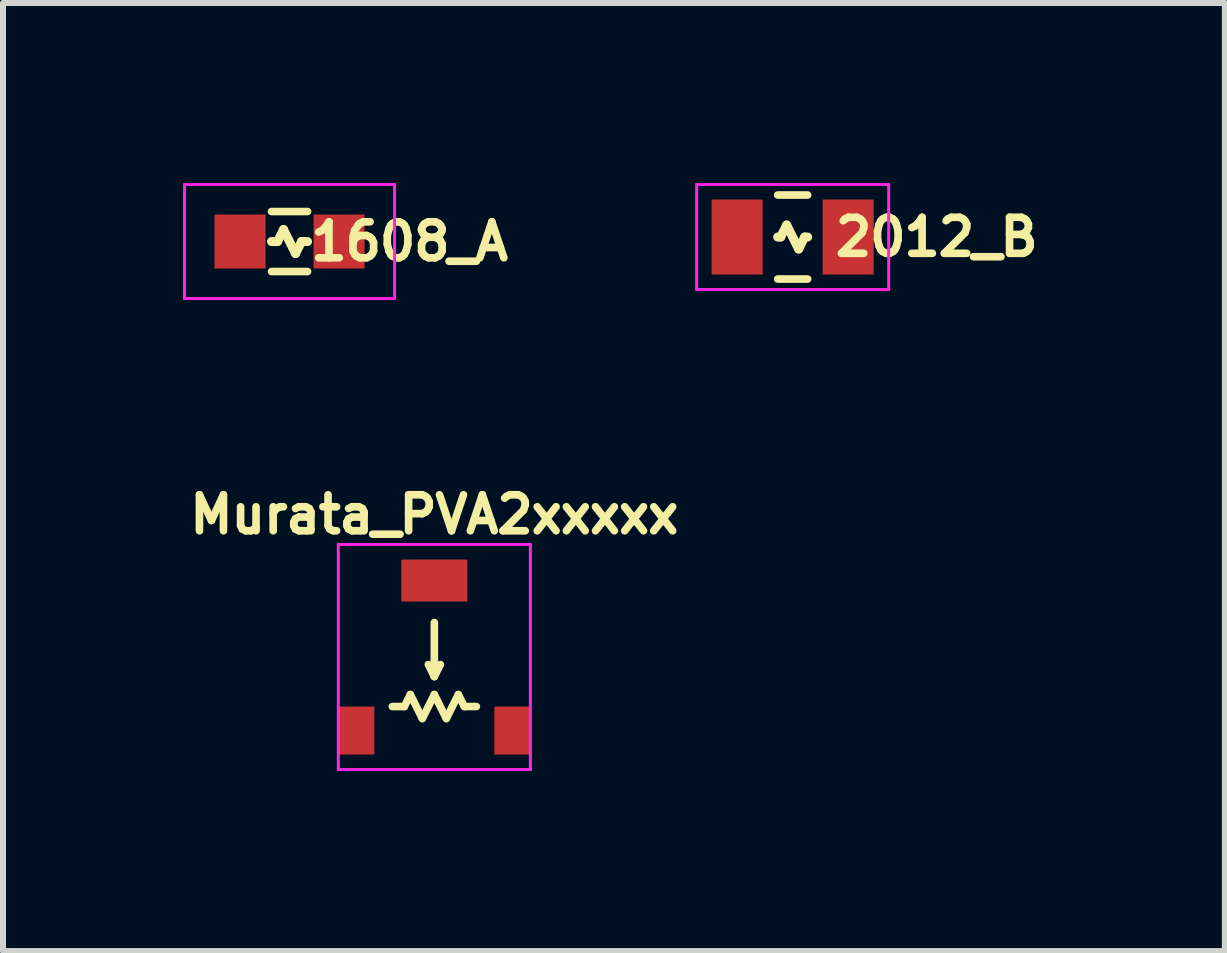
<source format=kicad_pcb>
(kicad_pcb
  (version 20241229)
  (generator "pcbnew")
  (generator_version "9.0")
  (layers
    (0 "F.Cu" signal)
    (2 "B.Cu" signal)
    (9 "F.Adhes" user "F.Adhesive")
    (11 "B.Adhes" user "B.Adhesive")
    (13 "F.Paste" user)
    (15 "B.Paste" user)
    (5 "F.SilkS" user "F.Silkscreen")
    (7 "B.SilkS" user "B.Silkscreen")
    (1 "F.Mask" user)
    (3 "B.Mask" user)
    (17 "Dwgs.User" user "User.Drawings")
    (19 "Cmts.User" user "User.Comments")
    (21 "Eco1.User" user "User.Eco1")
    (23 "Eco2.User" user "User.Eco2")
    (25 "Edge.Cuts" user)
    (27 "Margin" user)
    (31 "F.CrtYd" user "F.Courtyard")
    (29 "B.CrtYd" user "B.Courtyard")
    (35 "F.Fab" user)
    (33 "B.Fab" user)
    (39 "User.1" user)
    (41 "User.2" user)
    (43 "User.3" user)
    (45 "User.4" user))
  (footprint "Murata_PVA2xxxxx"
    (layer "F.Cu")
    (at 4.188 7.824)
    (property "Reference" "Murata_PVA2xxxxx" (at 0 -2.3 0) (layer "F.SilkS") (effects (font (size 0.6 0.6) (thickness 0.127))))
    (attr smd)
    (fp_line (start -0.7 0.9) (end -0.5 0.9) (stroke (width 0.127) (type solid)) (layer "F.SilkS"))
    (fp_line (start -0.5 0.9) (end -0.4 0.7) (stroke (width 0.127) (type solid)) (layer "F.SilkS"))
    (fp_line (start -0.4 0.7) (end -0.2 1.1) (stroke (width 0.127) (type solid)) (layer "F.SilkS"))
    (fp_line (start -0.2 1.1) (end 0 0.7) (stroke (width 0.127) (type solid)) (layer "F.SilkS"))
    (fp_line (start 0 -0.5) (end 0 0.4) (stroke (width 0.127) (type solid)) (layer "F.SilkS"))
    (fp_line (start 0 0.4) (end -0.1 0.2) (stroke (width 0.127) (type solid)) (layer "F.SilkS"))
    (fp_line (start 0 0.4) (end 0.1 0.2) (stroke (width 0.127) (type solid)) (layer "F.SilkS"))
    (fp_line (start 0 0.7) (end 0.2 1.1) (stroke (width 0.127) (type solid)) (layer "F.SilkS"))
    (fp_line (start 0.2 1.1) (end 0.4 0.7) (stroke (width 0.127) (type solid)) (layer "F.SilkS"))
    (fp_line (start 0.4 0.7) (end 0.5 0.9) (stroke (width 0.127) (type solid)) (layer "F.SilkS"))
    (fp_line (start 0.5 0.9) (end 0.7 0.9) (stroke (width 0.127) (type solid)) (layer "F.SilkS"))
    (fp_line (start -1.6 -1.8) (end 1.6 -1.8) (stroke (width 0.05) (type solid)) (layer "F.CrtYd"))
    (fp_line (start -1.6 1.95) (end -1.6 -1.8) (stroke (width 0.05) (type solid)) (layer "F.CrtYd"))
    (fp_line (start 1.6 -1.8) (end 1.6 1.95) (stroke (width 0.05) (type solid)) (layer "F.CrtYd"))
    (fp_line (start 1.6 1.95) (end -1.6 1.95) (stroke (width 0.05) (type solid)) (layer "F.CrtYd"))
    (pad "1" smd rect (at -1.3 1.3) (size 0.6 0.8) (layers "F.Cu" "F.Mask" "F.Paste"))
    (pad "2" smd rect (at 0 -1.2) (size 1.1 0.7) (layers "F.Cu" "F.Mask" "F.Paste"))
    (pad "3" smd rect (at 1.3 1.3) (size 0.6 0.8) (layers "F.Cu" "F.Mask" "F.Paste")))
  (footprint "1608_A"
    (layer "F.Cu")
    (at 1.775 0.975)
    (property "Reference" "1608_A" (at 2 0 180) (layer "F.SilkS") (effects (font (size 0.6 0.6) (thickness 0.127))))
    (attr smd)
    (fp_line (start -0.3 -0.5) (end 0.3 -0.5) (stroke (width 0.127) (type solid)) (layer "F.SilkS"))
    (fp_line (start -0.3 0.5) (end 0.3 0.5) (stroke (width 0.127) (type solid)) (layer "F.SilkS"))
    (fp_line (start -0.2 0) (end -0.3 0) (stroke (width 0.15) (type solid)) (layer "F.SilkS"))
    (fp_line (start -0.2 0) (end -0.1 -0.2) (stroke (width 0.15) (type solid)) (layer "F.SilkS"))
    (fp_line (start -0.1 -0.2) (end 0.1 0.2) (stroke (width 0.15) (type solid)) (layer "F.SilkS"))
    (fp_line (start 0.1 0.2) (end 0.2 0) (stroke (width 0.15) (type solid)) (layer "F.SilkS"))
    (fp_line (start 0.2 0) (end 0.3 0) (stroke (width 0.15) (type solid)) (layer "F.SilkS"))
    (fp_line (start -1.75 -0.95) (end 1.75 -0.95) (stroke (width 0.05) (type solid)) (layer "F.CrtYd"))
    (fp_line (start -1.75 0.95) (end -1.75 -0.95) (stroke (width 0.05) (type solid)) (layer "F.CrtYd"))
    (fp_line (start 1.75 -0.95) (end 1.75 0.95) (stroke (width 0.05) (type solid)) (layer "F.CrtYd"))
    (fp_line (start 1.75 0.95) (end -1.75 0.95) (stroke (width 0.05) (type solid)) (layer "F.CrtYd"))
    (pad "1" smd rect (at -0.825 0) (size 0.85 0.9) (layers "F.Cu" "F.Mask" "F.Paste"))
    (pad "2" smd rect (at 0.825 0) (size 0.85 0.9) (layers "F.Cu" "F.Mask" "F.Paste")))
  (footprint "2012_B"
    (layer "F.Cu")
    (at 10.159 0.9)
    (property "Reference" "2012_B" (at 2.4 0 0) (layer "F.SilkS") (effects (font (size 0.6 0.6) (thickness 0.127))))
    (attr smd)
    (fp_line (start -0.25 -0.7) (end 0.25 -0.7) (stroke (width 0.127) (type solid)) (layer "F.SilkS"))
    (fp_line (start -0.25 0) (end -0.2 0) (stroke (width 0.15) (type solid)) (layer "F.SilkS"))
    (fp_line (start -0.25 0.7) (end 0.25 0.7) (stroke (width 0.127) (type solid)) (layer "F.SilkS"))
    (fp_line (start -0.2 0) (end -0.1 -0.2) (stroke (width 0.15) (type solid)) (layer "F.SilkS"))
    (fp_line (start -0.1 -0.2) (end 0.1 0.2) (stroke (width 0.15) (type solid)) (layer "F.SilkS"))
    (fp_line (start 0.1 0.2) (end 0.2 0) (stroke (width 0.15) (type solid)) (layer "F.SilkS"))
    (fp_line (start 0.2 0) (end 0.25 0) (stroke (width 0.15) (type solid)) (layer "F.SilkS"))
    (fp_line (start -1.6 -0.875) (end 1.6 -0.875) (stroke (width 0.05) (type solid)) (layer "F.CrtYd"))
    (fp_line (start -1.6 0.875) (end -1.6 -0.875) (stroke (width 0.05) (type solid)) (layer "F.CrtYd"))
    (fp_line (start 1.6 -0.875) (end 1.6 0.875) (stroke (width 0.05) (type solid)) (layer "F.CrtYd"))
    (fp_line (start 1.6 0.875) (end -1.6 0.875) (stroke (width 0.05) (type solid)) (layer "F.CrtYd"))
    (pad "1" smd rect (at -0.925 0) (size 0.85 1.25) (layers "F.Cu" "F.Mask" "F.Paste"))
    (pad "2" smd rect (at 0.925 0) (size 0.85 1.25) (layers "F.Cu" "F.Mask" "F.Paste")))
  (gr_rect
    (start -3 -3)
    (end 17.361 12.799)
    (stroke (width 0.1) (type default))
    (fill no)
    (layer "Edge.Cuts")))
</source>
